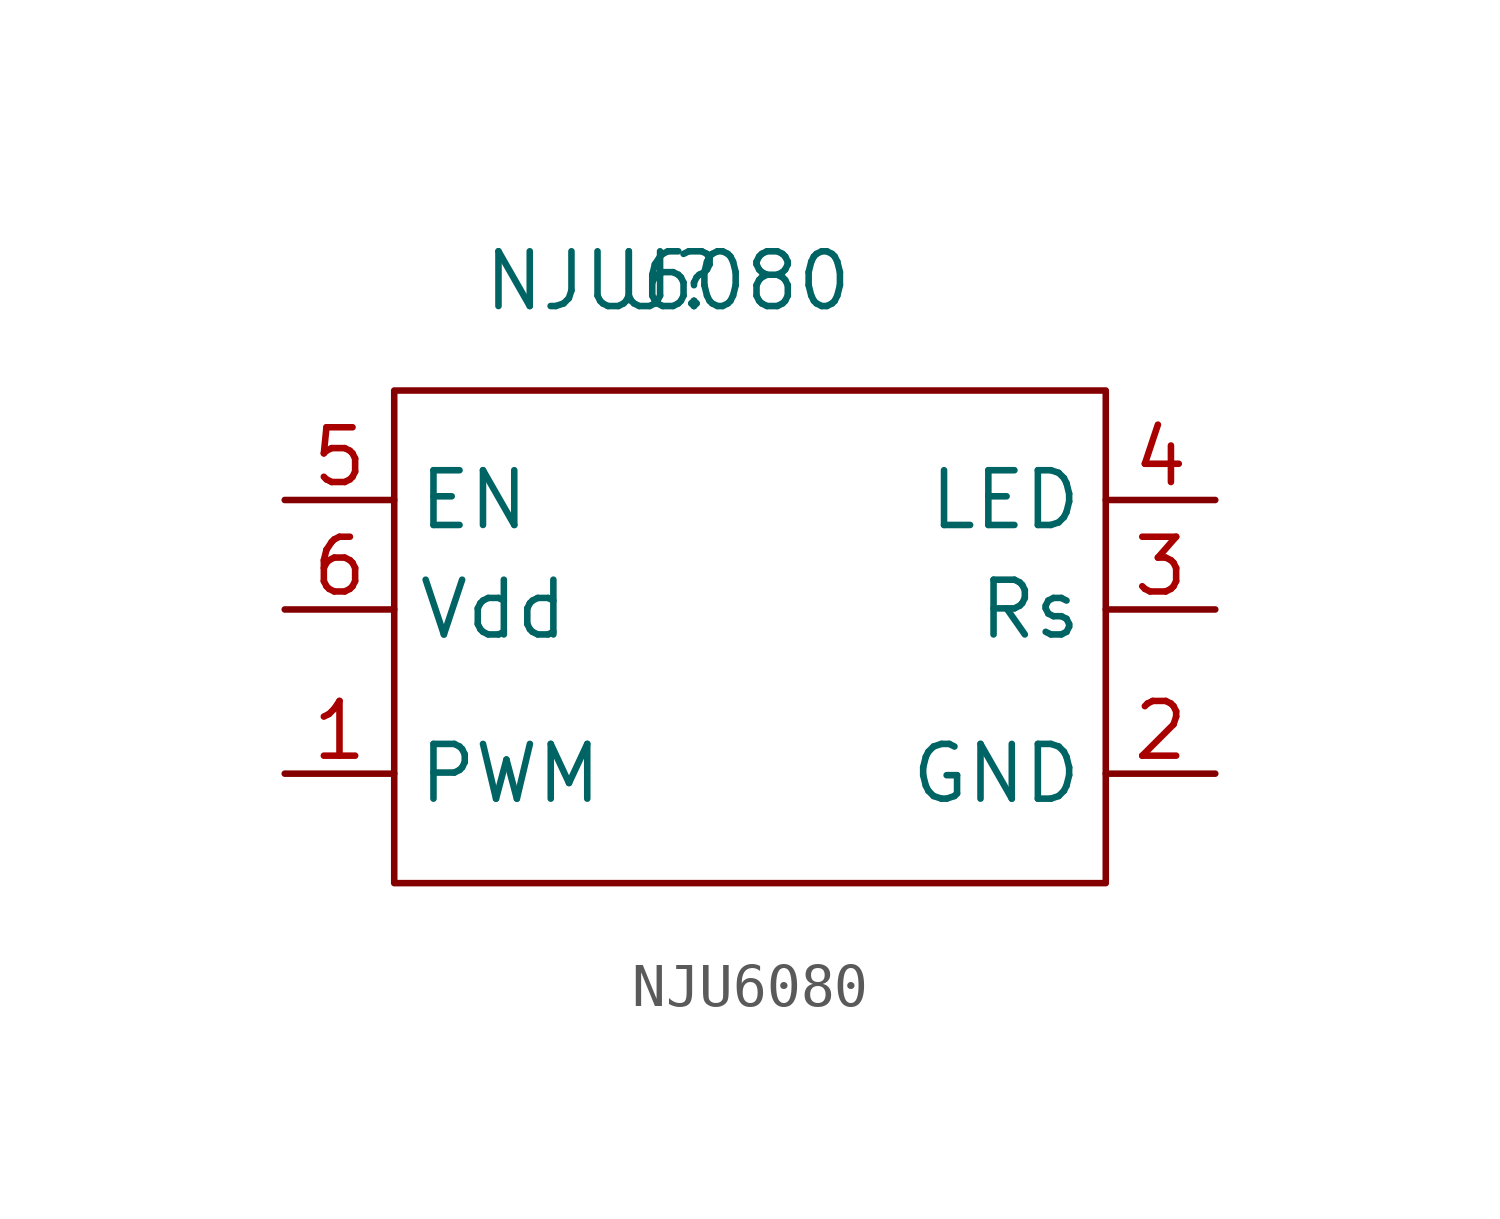
<source format=kicad_sym>
(kicad_symbol_lib
  (version 20211014)
  (generator kicad_symbol_editor)
  (symbol "NJU6080"
    (property "Reference" "U"
      (at 0 0 0)
      (effects (font (size 1.27 1.27))))
    (property "Value" "NJU6080"
      (at 0 0 0)
      (effects (font (size 1.27 1.27))))
    (symbol "NJU6080_0_1"
      (rectangle (start -6.35 -2.54) (end 10.16 -13.97) (stroke (width 0.152) (type default) (color 0 0 0 0)) (fill (type none))))
    (symbol "NJU6080_1_1"
      (pin input line (at -8.89 -11.43 0) (length 2.54) (name "PWM" (effects (font (size 1.27 1.27)))) (number "1" (effects (font (size 1.27 1.27)))))
      (pin input line (at 12.7 -11.43 180) (length 2.54) (name "GND" (effects (font (size 1.27 1.27)))) (number "2" (effects (font (size 1.27 1.27)))))
      (pin input line (at 12.7 -7.62 180) (length 2.54) (name "Rs" (effects (font (size 1.27 1.27)))) (number "3" (effects (font (size 1.27 1.27)))))
      (pin input line (at 12.7 -5.08 180) (length 2.54) (name "LED" (effects (font (size 1.27 1.27)))) (number "4" (effects (font (size 1.27 1.27)))))
      (pin input line (at -8.89 -5.08 0) (length 2.54) (name "EN" (effects (font (size 1.27 1.27)))) (number "5" (effects (font (size 1.27 1.27)))))
      (pin input line (at -8.89 -7.62 0) (length 2.54) (name "Vdd" (effects (font (size 1.27 1.27)))) (number "6" (effects (font (size 1.27 1.27))))))))
</source>
